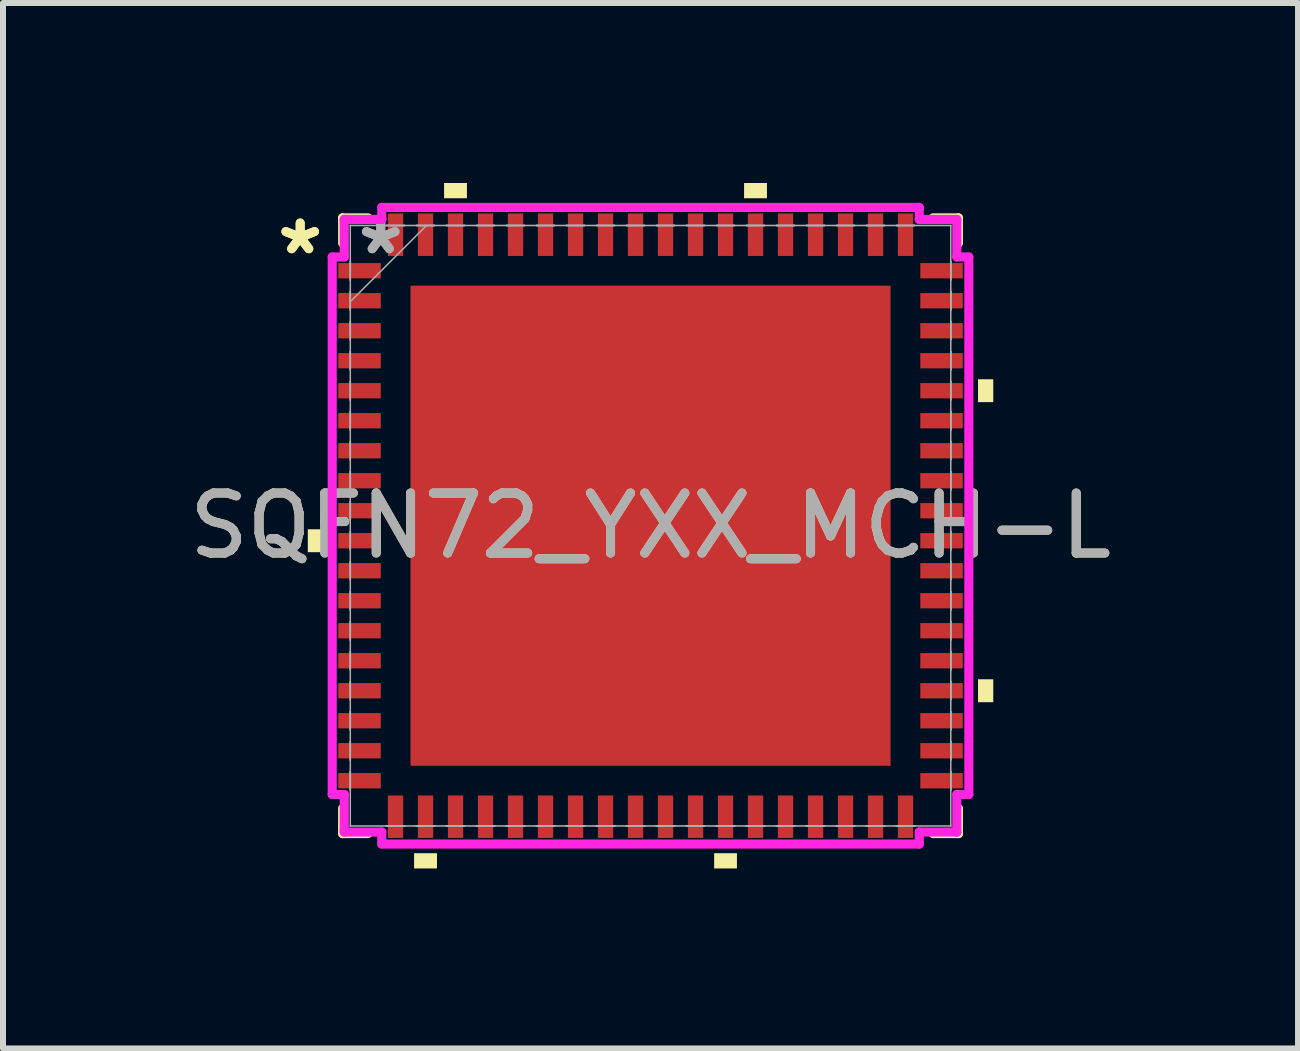
<source format=kicad_pcb>
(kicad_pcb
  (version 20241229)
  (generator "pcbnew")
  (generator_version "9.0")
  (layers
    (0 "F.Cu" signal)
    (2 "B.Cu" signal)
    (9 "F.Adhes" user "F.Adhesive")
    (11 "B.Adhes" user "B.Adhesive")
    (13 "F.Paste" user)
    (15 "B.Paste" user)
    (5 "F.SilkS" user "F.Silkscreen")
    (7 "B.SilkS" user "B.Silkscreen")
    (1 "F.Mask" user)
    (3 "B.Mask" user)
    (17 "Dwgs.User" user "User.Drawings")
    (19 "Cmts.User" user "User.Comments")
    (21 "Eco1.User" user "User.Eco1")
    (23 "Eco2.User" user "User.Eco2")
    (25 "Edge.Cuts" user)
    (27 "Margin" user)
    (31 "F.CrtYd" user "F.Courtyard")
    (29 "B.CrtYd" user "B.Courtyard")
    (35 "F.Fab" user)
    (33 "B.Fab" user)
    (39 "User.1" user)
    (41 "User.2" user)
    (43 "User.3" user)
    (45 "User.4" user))
  (footprint "SQFN72_YXX_MCH-L"
    (layer "F.Cu")
    (at 7.792 5.712)
    (property "Reference" "SQFN72_YXX_MCH-L" (at 0 0 0) (unlocked yes) (layer "F.SilkS") (effects (font (size 1 1) (thickness 0.15))))
    (attr smd)
    (fp_line (start -5.131 -5.131) (end -5.131 -4.71) (stroke (width 0.152) (type solid)) (layer "F.SilkS"))
    (fp_line (start -5.131 4.71) (end -5.131 5.131) (stroke (width 0.152) (type solid)) (layer "F.SilkS"))
    (fp_line (start -5.131 5.131) (end -4.71 5.131) (stroke (width 0.152) (type solid)) (layer "F.SilkS"))
    (fp_line (start -4.71 -5.131) (end -5.131 -5.131) (stroke (width 0.152) (type solid)) (layer "F.SilkS"))
    (fp_line (start 4.71 5.131) (end 5.131 5.131) (stroke (width 0.152) (type solid)) (layer "F.SilkS"))
    (fp_line (start 5.131 -5.131) (end 4.71 -5.131) (stroke (width 0.152) (type solid)) (layer "F.SilkS"))
    (fp_line (start 5.131 -4.71) (end 5.131 -5.131) (stroke (width 0.152) (type solid)) (layer "F.SilkS"))
    (fp_line (start 5.131 5.131) (end 5.131 4.71) (stroke (width 0.152) (type solid)) (layer "F.SilkS"))
    (fp_poly (pts (xy -5.712 0.059) (xy -5.712 0.441) (xy -5.458 0.441) (xy -5.458 0.059)) (stroke (width 0) (type solid)) (fill yes) (layer "F.SilkS"))
    (fp_poly (pts (xy -3.941 5.458) (xy -3.941 5.712) (xy -3.559 5.712) (xy -3.559 5.458)) (stroke (width 0) (type solid)) (fill yes) (layer "F.SilkS"))
    (fp_poly (pts (xy -3.441 -5.458) (xy -3.441 -5.712) (xy -3.06 -5.712) (xy -3.06 -5.458)) (stroke (width 0) (type solid)) (fill yes) (layer "F.SilkS"))
    (fp_poly (pts (xy 1.06 5.458) (xy 1.06 5.712) (xy 1.44 5.712) (xy 1.44 5.458)) (stroke (width 0) (type solid)) (fill yes) (layer "F.SilkS"))
    (fp_poly (pts (xy 1.559 -5.458) (xy 1.559 -5.712) (xy 1.94 -5.712) (xy 1.94 -5.458)) (stroke (width 0) (type solid)) (fill yes) (layer "F.SilkS"))
    (fp_poly (pts (xy 5.712 -2.441) (xy 5.712 -2.06) (xy 5.458 -2.06) (xy 5.458 -2.441)) (stroke (width 0) (type solid)) (fill yes) (layer "F.SilkS"))
    (fp_poly (pts (xy 5.712 2.559) (xy 5.712 2.941) (xy 5.458 2.941) (xy 5.458 2.559)) (stroke (width 0) (type solid)) (fill yes) (layer "F.SilkS"))
    (fp_poly (pts (xy -3.901 -3.901) (xy -3.901 -2.767) (xy -2.767 -2.767) (xy -2.767 -3.901)) (stroke (width 0) (type solid)) (fill yes) (layer "F.Paste"))
    (fp_poly (pts (xy -3.901 -2.567) (xy -3.901 -1.433) (xy -2.767 -1.433) (xy -2.767 -2.567)) (stroke (width 0) (type solid)) (fill yes) (layer "F.Paste"))
    (fp_poly (pts (xy -3.901 -1.234) (xy -3.901 -0.1) (xy -2.767 -0.1) (xy -2.767 -1.234)) (stroke (width 0) (type solid)) (fill yes) (layer "F.Paste"))
    (fp_poly (pts (xy -3.901 0.1) (xy -3.901 1.234) (xy -2.767 1.234) (xy -2.767 0.1)) (stroke (width 0) (type solid)) (fill yes) (layer "F.Paste"))
    (fp_poly (pts (xy -3.901 1.433) (xy -3.901 2.567) (xy -2.767 2.567) (xy -2.767 1.433)) (stroke (width 0) (type solid)) (fill yes) (layer "F.Paste"))
    (fp_poly (pts (xy -3.901 2.767) (xy -3.901 3.901) (xy -2.767 3.901) (xy -2.767 2.767)) (stroke (width 0) (type solid)) (fill yes) (layer "F.Paste"))
    (fp_poly (pts (xy -2.567 -3.901) (xy -2.567 -2.767) (xy -1.433 -2.767) (xy -1.433 -3.901)) (stroke (width 0) (type solid)) (fill yes) (layer "F.Paste"))
    (fp_poly (pts (xy -2.567 -2.567) (xy -2.567 -1.433) (xy -1.433 -1.433) (xy -1.433 -2.567)) (stroke (width 0) (type solid)) (fill yes) (layer "F.Paste"))
    (fp_poly (pts (xy -2.567 -1.234) (xy -2.567 -0.1) (xy -1.433 -0.1) (xy -1.433 -1.234)) (stroke (width 0) (type solid)) (fill yes) (layer "F.Paste"))
    (fp_poly (pts (xy -2.567 0.1) (xy -2.567 1.234) (xy -1.433 1.234) (xy -1.433 0.1)) (stroke (width 0) (type solid)) (fill yes) (layer "F.Paste"))
    (fp_poly (pts (xy -2.567 1.433) (xy -2.567 2.567) (xy -1.433 2.567) (xy -1.433 1.433)) (stroke (width 0) (type solid)) (fill yes) (layer "F.Paste"))
    (fp_poly (pts (xy -2.567 2.767) (xy -2.567 3.901) (xy -1.433 3.901) (xy -1.433 2.767)) (stroke (width 0) (type solid)) (fill yes) (layer "F.Paste"))
    (fp_poly (pts (xy -1.234 -3.901) (xy -1.234 -2.767) (xy -0.1 -2.767) (xy -0.1 -3.901)) (stroke (width 0) (type solid)) (fill yes) (layer "F.Paste"))
    (fp_poly (pts (xy -1.234 -2.567) (xy -1.234 -1.433) (xy -0.1 -1.433) (xy -0.1 -2.567)) (stroke (width 0) (type solid)) (fill yes) (layer "F.Paste"))
    (fp_poly (pts (xy -1.234 -1.234) (xy -1.234 -0.1) (xy -0.1 -0.1) (xy -0.1 -1.234)) (stroke (width 0) (type solid)) (fill yes) (layer "F.Paste"))
    (fp_poly (pts (xy -1.234 0.1) (xy -1.234 1.234) (xy -0.1 1.234) (xy -0.1 0.1)) (stroke (width 0) (type solid)) (fill yes) (layer "F.Paste"))
    (fp_poly (pts (xy -1.234 1.433) (xy -1.234 2.567) (xy -0.1 2.567) (xy -0.1 1.433)) (stroke (width 0) (type solid)) (fill yes) (layer "F.Paste"))
    (fp_poly (pts (xy -1.234 2.767) (xy -1.234 3.901) (xy -0.1 3.901) (xy -0.1 2.767)) (stroke (width 0) (type solid)) (fill yes) (layer "F.Paste"))
    (fp_poly (pts (xy 0.1 -3.901) (xy 0.1 -2.767) (xy 1.234 -2.767) (xy 1.234 -3.901)) (stroke (width 0) (type solid)) (fill yes) (layer "F.Paste"))
    (fp_poly (pts (xy 0.1 -2.567) (xy 0.1 -1.433) (xy 1.234 -1.433) (xy 1.234 -2.567)) (stroke (width 0) (type solid)) (fill yes) (layer "F.Paste"))
    (fp_poly (pts (xy 0.1 -1.234) (xy 0.1 -0.1) (xy 1.234 -0.1) (xy 1.234 -1.234)) (stroke (width 0) (type solid)) (fill yes) (layer "F.Paste"))
    (fp_poly (pts (xy 0.1 0.1) (xy 0.1 1.234) (xy 1.234 1.234) (xy 1.234 0.1)) (stroke (width 0) (type solid)) (fill yes) (layer "F.Paste"))
    (fp_poly (pts (xy 0.1 1.433) (xy 0.1 2.567) (xy 1.234 2.567) (xy 1.234 1.433)) (stroke (width 0) (type solid)) (fill yes) (layer "F.Paste"))
    (fp_poly (pts (xy 0.1 2.767) (xy 0.1 3.901) (xy 1.234 3.901) (xy 1.234 2.767)) (stroke (width 0) (type solid)) (fill yes) (layer "F.Paste"))
    (fp_poly (pts (xy 1.433 -3.901) (xy 1.433 -2.767) (xy 2.567 -2.767) (xy 2.567 -3.901)) (stroke (width 0) (type solid)) (fill yes) (layer "F.Paste"))
    (fp_poly (pts (xy 1.433 -2.567) (xy 1.433 -1.433) (xy 2.567 -1.433) (xy 2.567 -2.567)) (stroke (width 0) (type solid)) (fill yes) (layer "F.Paste"))
    (fp_poly (pts (xy 1.433 -1.234) (xy 1.433 -0.1) (xy 2.567 -0.1) (xy 2.567 -1.234)) (stroke (width 0) (type solid)) (fill yes) (layer "F.Paste"))
    (fp_poly (pts (xy 1.433 0.1) (xy 1.433 1.234) (xy 2.567 1.234) (xy 2.567 0.1)) (stroke (width 0) (type solid)) (fill yes) (layer "F.Paste"))
    (fp_poly (pts (xy 1.433 1.433) (xy 1.433 2.567) (xy 2.567 2.567) (xy 2.567 1.433)) (stroke (width 0) (type solid)) (fill yes) (layer "F.Paste"))
    (fp_poly (pts (xy 1.433 2.767) (xy 1.433 3.901) (xy 2.567 3.901) (xy 2.567 2.767)) (stroke (width 0) (type solid)) (fill yes) (layer "F.Paste"))
    (fp_poly (pts (xy 2.767 -3.901) (xy 2.767 -2.767) (xy 3.901 -2.767) (xy 3.901 -3.901)) (stroke (width 0) (type solid)) (fill yes) (layer "F.Paste"))
    (fp_poly (pts (xy 2.767 -2.567) (xy 2.767 -1.433) (xy 3.901 -1.433) (xy 3.901 -2.567)) (stroke (width 0) (type solid)) (fill yes) (layer "F.Paste"))
    (fp_poly (pts (xy 2.767 -1.234) (xy 2.767 -0.1) (xy 3.901 -0.1) (xy 3.901 -1.234)) (stroke (width 0) (type solid)) (fill yes) (layer "F.Paste"))
    (fp_poly (pts (xy 2.767 0.1) (xy 2.767 1.234) (xy 3.901 1.234) (xy 3.901 0.1)) (stroke (width 0) (type solid)) (fill yes) (layer "F.Paste"))
    (fp_poly (pts (xy 2.767 1.433) (xy 2.767 2.567) (xy 3.901 2.567) (xy 3.901 1.433)) (stroke (width 0) (type solid)) (fill yes) (layer "F.Paste"))
    (fp_poly (pts (xy 2.767 2.767) (xy 2.767 3.901) (xy 3.901 3.901) (xy 3.901 2.767)) (stroke (width 0) (type solid)) (fill yes) (layer "F.Paste"))
    (fp_line (start -5.305 -4.479) (end -5.105 -4.479) (stroke (width 0.152) (type solid)) (layer "F.CrtYd"))
    (fp_line (start -5.305 4.479) (end -5.305 -4.479) (stroke (width 0.152) (type solid)) (layer "F.CrtYd"))
    (fp_line (start -5.105 -5.105) (end -4.479 -5.105) (stroke (width 0.152) (type solid)) (layer "F.CrtYd"))
    (fp_line (start -5.105 -4.479) (end -5.105 -5.105) (stroke (width 0.152) (type solid)) (layer "F.CrtYd"))
    (fp_line (start -5.105 4.479) (end -5.305 4.479) (stroke (width 0.152) (type solid)) (layer "F.CrtYd"))
    (fp_line (start -5.105 5.105) (end -5.105 4.479) (stroke (width 0.152) (type solid)) (layer "F.CrtYd"))
    (fp_line (start -4.479 -5.305) (end 4.479 -5.305) (stroke (width 0.152) (type solid)) (layer "F.CrtYd"))
    (fp_line (start -4.479 -5.105) (end -4.479 -5.305) (stroke (width 0.152) (type solid)) (layer "F.CrtYd"))
    (fp_line (start -4.479 5.105) (end -5.105 5.105) (stroke (width 0.152) (type solid)) (layer "F.CrtYd"))
    (fp_line (start -4.479 5.305) (end -4.479 5.105) (stroke (width 0.152) (type solid)) (layer "F.CrtYd"))
    (fp_line (start 4.479 -5.305) (end 4.479 -5.105) (stroke (width 0.152) (type solid)) (layer "F.CrtYd"))
    (fp_line (start 4.479 -5.105) (end 5.105 -5.105) (stroke (width 0.152) (type solid)) (layer "F.CrtYd"))
    (fp_line (start 4.479 5.105) (end 4.479 5.305) (stroke (width 0.152) (type solid)) (layer "F.CrtYd"))
    (fp_line (start 4.479 5.305) (end -4.479 5.305) (stroke (width 0.152) (type solid)) (layer "F.CrtYd"))
    (fp_line (start 5.105 -5.105) (end 5.105 -4.479) (stroke (width 0.152) (type solid)) (layer "F.CrtYd"))
    (fp_line (start 5.105 -4.479) (end 5.305 -4.479) (stroke (width 0.152) (type solid)) (layer "F.CrtYd"))
    (fp_line (start 5.105 4.479) (end 5.105 5.105) (stroke (width 0.152) (type solid)) (layer "F.CrtYd"))
    (fp_line (start 5.105 5.105) (end 4.479 5.105) (stroke (width 0.152) (type solid)) (layer "F.CrtYd"))
    (fp_line (start 5.305 -4.479) (end 5.305 4.479) (stroke (width 0.152) (type solid)) (layer "F.CrtYd"))
    (fp_line (start 5.305 4.479) (end 5.105 4.479) (stroke (width 0.152) (type solid)) (layer "F.CrtYd"))
    (fp_line (start -5.004 -5.004) (end -5.004 -5.004) (stroke (width 0.025) (type solid)) (layer "F.Fab"))
    (fp_line (start -5.004 -5.004) (end -5.004 5.004) (stroke (width 0.025) (type solid)) (layer "F.Fab"))
    (fp_line (start -5.004 -4.402) (end -5.004 -4.402) (stroke (width 0.025) (type solid)) (layer "F.Fab"))
    (fp_line (start -5.004 -4.402) (end -5.004 -4.098) (stroke (width 0.025) (type solid)) (layer "F.Fab"))
    (fp_line (start -5.004 -4.098) (end -5.004 -4.402) (stroke (width 0.025) (type solid)) (layer "F.Fab"))
    (fp_line (start -5.004 -4.098) (end -5.004 -4.098) (stroke (width 0.025) (type solid)) (layer "F.Fab"))
    (fp_line (start -5.004 -3.902) (end -5.004 -3.902) (stroke (width 0.025) (type solid)) (layer "F.Fab"))
    (fp_line (start -5.004 -3.902) (end -5.004 -3.598) (stroke (width 0.025) (type solid)) (layer "F.Fab"))
    (fp_line (start -5.004 -3.734) (end -3.734 -5.004) (stroke (width 0.025) (type solid)) (layer "F.Fab"))
    (fp_line (start -5.004 -3.598) (end -5.004 -3.902) (stroke (width 0.025) (type solid)) (layer "F.Fab"))
    (fp_line (start -5.004 -3.598) (end -5.004 -3.598) (stroke (width 0.025) (type solid)) (layer "F.Fab"))
    (fp_line (start -5.004 -3.402) (end -5.004 -3.402) (stroke (width 0.025) (type solid)) (layer "F.Fab"))
    (fp_line (start -5.004 -3.402) (end -5.004 -3.098) (stroke (width 0.025) (type solid)) (layer "F.Fab"))
    (fp_line (start -5.004 -3.098) (end -5.004 -3.402) (stroke (width 0.025) (type solid)) (layer "F.Fab"))
    (fp_line (start -5.004 -3.098) (end -5.004 -3.098) (stroke (width 0.025) (type solid)) (layer "F.Fab"))
    (fp_line (start -5.004 -2.902) (end -5.004 -2.902) (stroke (width 0.025) (type solid)) (layer "F.Fab"))
    (fp_line (start -5.004 -2.902) (end -5.004 -2.598) (stroke (width 0.025) (type solid)) (layer "F.Fab"))
    (fp_line (start -5.004 -2.598) (end -5.004 -2.902) (stroke (width 0.025) (type solid)) (layer "F.Fab"))
    (fp_line (start -5.004 -2.598) (end -5.004 -2.598) (stroke (width 0.025) (type solid)) (layer "F.Fab"))
    (fp_line (start -5.004 -2.402) (end -5.004 -2.402) (stroke (width 0.025) (type solid)) (layer "F.Fab"))
    (fp_line (start -5.004 -2.402) (end -5.004 -2.098) (stroke (width 0.025) (type solid)) (layer "F.Fab"))
    (fp_line (start -5.004 -2.098) (end -5.004 -2.402) (stroke (width 0.025) (type solid)) (layer "F.Fab"))
    (fp_line (start -5.004 -2.098) (end -5.004 -2.098) (stroke (width 0.025) (type solid)) (layer "F.Fab"))
    (fp_line (start -5.004 -1.902) (end -5.004 -1.902) (stroke (width 0.025) (type solid)) (layer "F.Fab"))
    (fp_line (start -5.004 -1.902) (end -5.004 -1.598) (stroke (width 0.025) (type solid)) (layer "F.Fab"))
    (fp_line (start -5.004 -1.598) (end -5.004 -1.902) (stroke (width 0.025) (type solid)) (layer "F.Fab"))
    (fp_line (start -5.004 -1.598) (end -5.004 -1.598) (stroke (width 0.025) (type solid)) (layer "F.Fab"))
    (fp_line (start -5.004 -1.402) (end -5.004 -1.402) (stroke (width 0.025) (type solid)) (layer "F.Fab"))
    (fp_line (start -5.004 -1.402) (end -5.004 -1.098) (stroke (width 0.025) (type solid)) (layer "F.Fab"))
    (fp_line (start -5.004 -1.098) (end -5.004 -1.402) (stroke (width 0.025) (type solid)) (layer "F.Fab"))
    (fp_line (start -5.004 -1.098) (end -5.004 -1.098) (stroke (width 0.025) (type solid)) (layer "F.Fab"))
    (fp_line (start -5.004 -0.902) (end -5.004 -0.902) (stroke (width 0.025) (type solid)) (layer "F.Fab"))
    (fp_line (start -5.004 -0.902) (end -5.004 -0.598) (stroke (width 0.025) (type solid)) (layer "F.Fab"))
    (fp_line (start -5.004 -0.598) (end -5.004 -0.902) (stroke (width 0.025) (type solid)) (layer "F.Fab"))
    (fp_line (start -5.004 -0.598) (end -5.004 -0.598) (stroke (width 0.025) (type solid)) (layer "F.Fab"))
    (fp_line (start -5.004 -0.402) (end -5.004 -0.402) (stroke (width 0.025) (type solid)) (layer "F.Fab"))
    (fp_line (start -5.004 -0.402) (end -5.004 -0.098) (stroke (width 0.025) (type solid)) (layer "F.Fab"))
    (fp_line (start -5.004 -0.098) (end -5.004 -0.402) (stroke (width 0.025) (type solid)) (layer "F.Fab"))
    (fp_line (start -5.004 -0.098) (end -5.004 -0.098) (stroke (width 0.025) (type solid)) (layer "F.Fab"))
    (fp_line (start -5.004 0.098) (end -5.004 0.098) (stroke (width 0.025) (type solid)) (layer "F.Fab"))
    (fp_line (start -5.004 0.098) (end -5.004 0.402) (stroke (width 0.025) (type solid)) (layer "F.Fab"))
    (fp_line (start -5.004 0.402) (end -5.004 0.098) (stroke (width 0.025) (type solid)) (layer "F.Fab"))
    (fp_line (start -5.004 0.402) (end -5.004 0.402) (stroke (width 0.025) (type solid)) (layer "F.Fab"))
    (fp_line (start -5.004 0.598) (end -5.004 0.598) (stroke (width 0.025) (type solid)) (layer "F.Fab"))
    (fp_line (start -5.004 0.598) (end -5.004 0.902) (stroke (width 0.025) (type solid)) (layer "F.Fab"))
    (fp_line (start -5.004 0.902) (end -5.004 0.598) (stroke (width 0.025) (type solid)) (layer "F.Fab"))
    (fp_line (start -5.004 0.902) (end -5.004 0.902) (stroke (width 0.025) (type solid)) (layer "F.Fab"))
    (fp_line (start -5.004 1.098) (end -5.004 1.098) (stroke (width 0.025) (type solid)) (layer "F.Fab"))
    (fp_line (start -5.004 1.098) (end -5.004 1.402) (stroke (width 0.025) (type solid)) (layer "F.Fab"))
    (fp_line (start -5.004 1.402) (end -5.004 1.098) (stroke (width 0.025) (type solid)) (layer "F.Fab"))
    (fp_line (start -5.004 1.402) (end -5.004 1.402) (stroke (width 0.025) (type solid)) (layer "F.Fab"))
    (fp_line (start -5.004 1.598) (end -5.004 1.598) (stroke (width 0.025) (type solid)) (layer "F.Fab"))
    (fp_line (start -5.004 1.598) (end -5.004 1.902) (stroke (width 0.025) (type solid)) (layer "F.Fab"))
    (fp_line (start -5.004 1.902) (end -5.004 1.598) (stroke (width 0.025) (type solid)) (layer "F.Fab"))
    (fp_line (start -5.004 1.902) (end -5.004 1.902) (stroke (width 0.025) (type solid)) (layer "F.Fab"))
    (fp_line (start -5.004 2.098) (end -5.004 2.098) (stroke (width 0.025) (type solid)) (layer "F.Fab"))
    (fp_line (start -5.004 2.098) (end -5.004 2.402) (stroke (width 0.025) (type solid)) (layer "F.Fab"))
    (fp_line (start -5.004 2.402) (end -5.004 2.098) (stroke (width 0.025) (type solid)) (layer "F.Fab"))
    (fp_line (start -5.004 2.402) (end -5.004 2.402) (stroke (width 0.025) (type solid)) (layer "F.Fab"))
    (fp_line (start -5.004 2.598) (end -5.004 2.598) (stroke (width 0.025) (type solid)) (layer "F.Fab"))
    (fp_line (start -5.004 2.598) (end -5.004 2.902) (stroke (width 0.025) (type solid)) (layer "F.Fab"))
    (fp_line (start -5.004 2.902) (end -5.004 2.598) (stroke (width 0.025) (type solid)) (layer "F.Fab"))
    (fp_line (start -5.004 2.902) (end -5.004 2.902) (stroke (width 0.025) (type solid)) (layer "F.Fab"))
    (fp_line (start -5.004 3.098) (end -5.004 3.098) (stroke (width 0.025) (type solid)) (layer "F.Fab"))
    (fp_line (start -5.004 3.098) (end -5.004 3.402) (stroke (width 0.025) (type solid)) (layer "F.Fab"))
    (fp_line (start -5.004 3.402) (end -5.004 3.098) (stroke (width 0.025) (type solid)) (layer "F.Fab"))
    (fp_line (start -5.004 3.402) (end -5.004 3.402) (stroke (width 0.025) (type solid)) (layer "F.Fab"))
    (fp_line (start -5.004 3.598) (end -5.004 3.598) (stroke (width 0.025) (type solid)) (layer "F.Fab"))
    (fp_line (start -5.004 3.598) (end -5.004 3.902) (stroke (width 0.025) (type solid)) (layer "F.Fab"))
    (fp_line (start -5.004 3.902) (end -5.004 3.598) (stroke (width 0.025) (type solid)) (layer "F.Fab"))
    (fp_line (start -5.004 3.902) (end -5.004 3.902) (stroke (width 0.025) (type solid)) (layer "F.Fab"))
    (fp_line (start -5.004 4.098) (end -5.004 4.098) (stroke (width 0.025) (type solid)) (layer "F.Fab"))
    (fp_line (start -5.004 4.098) (end -5.004 4.402) (stroke (width 0.025) (type solid)) (layer "F.Fab"))
    (fp_line (start -5.004 4.402) (end -5.004 4.098) (stroke (width 0.025) (type solid)) (layer "F.Fab"))
    (fp_line (start -5.004 4.402) (end -5.004 4.402) (stroke (width 0.025) (type solid)) (layer "F.Fab"))
    (fp_line (start -5.004 5.004) (end -5.004 5.004) (stroke (width 0.025) (type solid)) (layer "F.Fab"))
    (fp_line (start -5.004 5.004) (end 5.004 5.004) (stroke (width 0.025) (type solid)) (layer "F.Fab"))
    (fp_line (start -4.402 -5.004) (end -4.402 -5.004) (stroke (width 0.025) (type solid)) (layer "F.Fab"))
    (fp_line (start -4.402 -5.004) (end -4.098 -5.004) (stroke (width 0.025) (type solid)) (layer "F.Fab"))
    (fp_line (start -4.402 5.004) (end -4.402 5.004) (stroke (width 0.025) (type solid)) (layer "F.Fab"))
    (fp_line (start -4.402 5.004) (end -4.098 5.004) (stroke (width 0.025) (type solid)) (layer "F.Fab"))
    (fp_line (start -4.098 -5.004) (end -4.402 -5.004) (stroke (width 0.025) (type solid)) (layer "F.Fab"))
    (fp_line (start -4.098 -5.004) (end -4.098 -5.004) (stroke (width 0.025) (type solid)) (layer "F.Fab"))
    (fp_line (start -4.098 5.004) (end -4.402 5.004) (stroke (width 0.025) (type solid)) (layer "F.Fab"))
    (fp_line (start -4.098 5.004) (end -4.098 5.004) (stroke (width 0.025) (type solid)) (layer "F.Fab"))
    (fp_line (start -3.902 -5.004) (end -3.902 -5.004) (stroke (width 0.025) (type solid)) (layer "F.Fab"))
    (fp_line (start -3.902 -5.004) (end -3.598 -5.004) (stroke (width 0.025) (type solid)) (layer "F.Fab"))
    (fp_line (start -3.902 5.004) (end -3.902 5.004) (stroke (width 0.025) (type solid)) (layer "F.Fab"))
    (fp_line (start -3.902 5.004) (end -3.598 5.004) (stroke (width 0.025) (type solid)) (layer "F.Fab"))
    (fp_line (start -3.598 -5.004) (end -3.902 -5.004) (stroke (width 0.025) (type solid)) (layer "F.Fab"))
    (fp_line (start -3.598 -5.004) (end -3.598 -5.004) (stroke (width 0.025) (type solid)) (layer "F.Fab"))
    (fp_line (start -3.598 5.004) (end -3.902 5.004) (stroke (width 0.025) (type solid)) (layer "F.Fab"))
    (fp_line (start -3.598 5.004) (end -3.598 5.004) (stroke (width 0.025) (type solid)) (layer "F.Fab"))
    (fp_line (start -3.402 -5.004) (end -3.402 -5.004) (stroke (width 0.025) (type solid)) (layer "F.Fab"))
    (fp_line (start -3.402 -5.004) (end -3.098 -5.004) (stroke (width 0.025) (type solid)) (layer "F.Fab"))
    (fp_line (start -3.402 5.004) (end -3.402 5.004) (stroke (width 0.025) (type solid)) (layer "F.Fab"))
    (fp_line (start -3.402 5.004) (end -3.098 5.004) (stroke (width 0.025) (type solid)) (layer "F.Fab"))
    (fp_line (start -3.098 -5.004) (end -3.402 -5.004) (stroke (width 0.025) (type solid)) (layer "F.Fab"))
    (fp_line (start -3.098 -5.004) (end -3.098 -5.004) (stroke (width 0.025) (type solid)) (layer "F.Fab"))
    (fp_line (start -3.098 5.004) (end -3.402 5.004) (stroke (width 0.025) (type solid)) (layer "F.Fab"))
    (fp_line (start -3.098 5.004) (end -3.098 5.004) (stroke (width 0.025) (type solid)) (layer "F.Fab"))
    (fp_line (start -2.902 -5.004) (end -2.902 -5.004) (stroke (width 0.025) (type solid)) (layer "F.Fab"))
    (fp_line (start -2.902 -5.004) (end -2.598 -5.004) (stroke (width 0.025) (type solid)) (layer "F.Fab"))
    (fp_line (start -2.902 5.004) (end -2.902 5.004) (stroke (width 0.025) (type solid)) (layer "F.Fab"))
    (fp_line (start -2.902 5.004) (end -2.598 5.004) (stroke (width 0.025) (type solid)) (layer "F.Fab"))
    (fp_line (start -2.598 -5.004) (end -2.902 -5.004) (stroke (width 0.025) (type solid)) (layer "F.Fab"))
    (fp_line (start -2.598 -5.004) (end -2.598 -5.004) (stroke (width 0.025) (type solid)) (layer "F.Fab"))
    (fp_line (start -2.598 5.004) (end -2.902 5.004) (stroke (width 0.025) (type solid)) (layer "F.Fab"))
    (fp_line (start -2.598 5.004) (end -2.598 5.004) (stroke (width 0.025) (type solid)) (layer "F.Fab"))
    (fp_line (start -2.402 -5.004) (end -2.402 -5.004) (stroke (width 0.025) (type solid)) (layer "F.Fab"))
    (fp_line (start -2.402 -5.004) (end -2.098 -5.004) (stroke (width 0.025) (type solid)) (layer "F.Fab"))
    (fp_line (start -2.402 5.004) (end -2.402 5.004) (stroke (width 0.025) (type solid)) (layer "F.Fab"))
    (fp_line (start -2.402 5.004) (end -2.098 5.004) (stroke (width 0.025) (type solid)) (layer "F.Fab"))
    (fp_line (start -2.098 -5.004) (end -2.402 -5.004) (stroke (width 0.025) (type solid)) (layer "F.Fab"))
    (fp_line (start -2.098 -5.004) (end -2.098 -5.004) (stroke (width 0.025) (type solid)) (layer "F.Fab"))
    (fp_line (start -2.098 5.004) (end -2.402 5.004) (stroke (width 0.025) (type solid)) (layer "F.Fab"))
    (fp_line (start -2.098 5.004) (end -2.098 5.004) (stroke (width 0.025) (type solid)) (layer "F.Fab"))
    (fp_line (start -1.902 -5.004) (end -1.902 -5.004) (stroke (width 0.025) (type solid)) (layer "F.Fab"))
    (fp_line (start -1.902 -5.004) (end -1.598 -5.004) (stroke (width 0.025) (type solid)) (layer "F.Fab"))
    (fp_line (start -1.902 5.004) (end -1.902 5.004) (stroke (width 0.025) (type solid)) (layer "F.Fab"))
    (fp_line (start -1.902 5.004) (end -1.598 5.004) (stroke (width 0.025) (type solid)) (layer "F.Fab"))
    (fp_line (start -1.598 -5.004) (end -1.902 -5.004) (stroke (width 0.025) (type solid)) (layer "F.Fab"))
    (fp_line (start -1.598 -5.004) (end -1.598 -5.004) (stroke (width 0.025) (type solid)) (layer "F.Fab"))
    (fp_line (start -1.598 5.004) (end -1.902 5.004) (stroke (width 0.025) (type solid)) (layer "F.Fab"))
    (fp_line (start -1.598 5.004) (end -1.598 5.004) (stroke (width 0.025) (type solid)) (layer "F.Fab"))
    (fp_line (start -1.402 -5.004) (end -1.402 -5.004) (stroke (width 0.025) (type solid)) (layer "F.Fab"))
    (fp_line (start -1.402 -5.004) (end -1.098 -5.004) (stroke (width 0.025) (type solid)) (layer "F.Fab"))
    (fp_line (start -1.402 5.004) (end -1.402 5.004) (stroke (width 0.025) (type solid)) (layer "F.Fab"))
    (fp_line (start -1.402 5.004) (end -1.098 5.004) (stroke (width 0.025) (type solid)) (layer "F.Fab"))
    (fp_line (start -1.098 -5.004) (end -1.402 -5.004) (stroke (width 0.025) (type solid)) (layer "F.Fab"))
    (fp_line (start -1.098 -5.004) (end -1.098 -5.004) (stroke (width 0.025) (type solid)) (layer "F.Fab"))
    (fp_line (start -1.098 5.004) (end -1.402 5.004) (stroke (width 0.025) (type solid)) (layer "F.Fab"))
    (fp_line (start -1.098 5.004) (end -1.098 5.004) (stroke (width 0.025) (type solid)) (layer "F.Fab"))
    (fp_line (start -0.902 -5.004) (end -0.902 -5.004) (stroke (width 0.025) (type solid)) (layer "F.Fab"))
    (fp_line (start -0.902 -5.004) (end -0.598 -5.004) (stroke (width 0.025) (type solid)) (layer "F.Fab"))
    (fp_line (start -0.902 5.004) (end -0.902 5.004) (stroke (width 0.025) (type solid)) (layer "F.Fab"))
    (fp_line (start -0.902 5.004) (end -0.598 5.004) (stroke (width 0.025) (type solid)) (layer "F.Fab"))
    (fp_line (start -0.598 -5.004) (end -0.902 -5.004) (stroke (width 0.025) (type solid)) (layer "F.Fab"))
    (fp_line (start -0.598 -5.004) (end -0.598 -5.004) (stroke (width 0.025) (type solid)) (layer "F.Fab"))
    (fp_line (start -0.598 5.004) (end -0.902 5.004) (stroke (width 0.025) (type solid)) (layer "F.Fab"))
    (fp_line (start -0.598 5.004) (end -0.598 5.004) (stroke (width 0.025) (type solid)) (layer "F.Fab"))
    (fp_line (start -0.402 -5.004) (end -0.402 -5.004) (stroke (width 0.025) (type solid)) (layer "F.Fab"))
    (fp_line (start -0.402 -5.004) (end -0.098 -5.004) (stroke (width 0.025) (type solid)) (layer "F.Fab"))
    (fp_line (start -0.402 5.004) (end -0.402 5.004) (stroke (width 0.025) (type solid)) (layer "F.Fab"))
    (fp_line (start -0.402 5.004) (end -0.098 5.004) (stroke (width 0.025) (type solid)) (layer "F.Fab"))
    (fp_line (start -0.098 -5.004) (end -0.402 -5.004) (stroke (width 0.025) (type solid)) (layer "F.Fab"))
    (fp_line (start -0.098 -5.004) (end -0.098 -5.004) (stroke (width 0.025) (type solid)) (layer "F.Fab"))
    (fp_line (start -0.098 5.004) (end -0.402 5.004) (stroke (width 0.025) (type solid)) (layer "F.Fab"))
    (fp_line (start -0.098 5.004) (end -0.098 5.004) (stroke (width 0.025) (type solid)) (layer "F.Fab"))
    (fp_line (start 0.098 -5.004) (end 0.098 -5.004) (stroke (width 0.025) (type solid)) (layer "F.Fab"))
    (fp_line (start 0.098 -5.004) (end 0.402 -5.004) (stroke (width 0.025) (type solid)) (layer "F.Fab"))
    (fp_line (start 0.098 5.004) (end 0.098 5.004) (stroke (width 0.025) (type solid)) (layer "F.Fab"))
    (fp_line (start 0.098 5.004) (end 0.402 5.004) (stroke (width 0.025) (type solid)) (layer "F.Fab"))
    (fp_line (start 0.402 -5.004) (end 0.098 -5.004) (stroke (width 0.025) (type solid)) (layer "F.Fab"))
    (fp_line (start 0.402 -5.004) (end 0.402 -5.004) (stroke (width 0.025) (type solid)) (layer "F.Fab"))
    (fp_line (start 0.402 5.004) (end 0.098 5.004) (stroke (width 0.025) (type solid)) (layer "F.Fab"))
    (fp_line (start 0.402 5.004) (end 0.402 5.004) (stroke (width 0.025) (type solid)) (layer "F.Fab"))
    (fp_line (start 0.598 -5.004) (end 0.598 -5.004) (stroke (width 0.025) (type solid)) (layer "F.Fab"))
    (fp_line (start 0.598 -5.004) (end 0.902 -5.004) (stroke (width 0.025) (type solid)) (layer "F.Fab"))
    (fp_line (start 0.598 5.004) (end 0.598 5.004) (stroke (width 0.025) (type solid)) (layer "F.Fab"))
    (fp_line (start 0.598 5.004) (end 0.902 5.004) (stroke (width 0.025) (type solid)) (layer "F.Fab"))
    (fp_line (start 0.902 -5.004) (end 0.598 -5.004) (stroke (width 0.025) (type solid)) (layer "F.Fab"))
    (fp_line (start 0.902 -5.004) (end 0.902 -5.004) (stroke (width 0.025) (type solid)) (layer "F.Fab"))
    (fp_line (start 0.902 5.004) (end 0.598 5.004) (stroke (width 0.025) (type solid)) (layer "F.Fab"))
    (fp_line (start 0.902 5.004) (end 0.902 5.004) (stroke (width 0.025) (type solid)) (layer "F.Fab"))
    (fp_line (start 1.098 -5.004) (end 1.098 -5.004) (stroke (width 0.025) (type solid)) (layer "F.Fab"))
    (fp_line (start 1.098 -5.004) (end 1.402 -5.004) (stroke (width 0.025) (type solid)) (layer "F.Fab"))
    (fp_line (start 1.098 5.004) (end 1.098 5.004) (stroke (width 0.025) (type solid)) (layer "F.Fab"))
    (fp_line (start 1.098 5.004) (end 1.402 5.004) (stroke (width 0.025) (type solid)) (layer "F.Fab"))
    (fp_line (start 1.402 -5.004) (end 1.098 -5.004) (stroke (width 0.025) (type solid)) (layer "F.Fab"))
    (fp_line (start 1.402 -5.004) (end 1.402 -5.004) (stroke (width 0.025) (type solid)) (layer "F.Fab"))
    (fp_line (start 1.402 5.004) (end 1.098 5.004) (stroke (width 0.025) (type solid)) (layer "F.Fab"))
    (fp_line (start 1.402 5.004) (end 1.402 5.004) (stroke (width 0.025) (type solid)) (layer "F.Fab"))
    (fp_line (start 1.598 -5.004) (end 1.598 -5.004) (stroke (width 0.025) (type solid)) (layer "F.Fab"))
    (fp_line (start 1.598 -5.004) (end 1.902 -5.004) (stroke (width 0.025) (type solid)) (layer "F.Fab"))
    (fp_line (start 1.598 5.004) (end 1.598 5.004) (stroke (width 0.025) (type solid)) (layer "F.Fab"))
    (fp_line (start 1.598 5.004) (end 1.902 5.004) (stroke (width 0.025) (type solid)) (layer "F.Fab"))
    (fp_line (start 1.902 -5.004) (end 1.598 -5.004) (stroke (width 0.025) (type solid)) (layer "F.Fab"))
    (fp_line (start 1.902 -5.004) (end 1.902 -5.004) (stroke (width 0.025) (type solid)) (layer "F.Fab"))
    (fp_line (start 1.902 5.004) (end 1.598 5.004) (stroke (width 0.025) (type solid)) (layer "F.Fab"))
    (fp_line (start 1.902 5.004) (end 1.902 5.004) (stroke (width 0.025) (type solid)) (layer "F.Fab"))
    (fp_line (start 2.098 -5.004) (end 2.098 -5.004) (stroke (width 0.025) (type solid)) (layer "F.Fab"))
    (fp_line (start 2.098 -5.004) (end 2.402 -5.004) (stroke (width 0.025) (type solid)) (layer "F.Fab"))
    (fp_line (start 2.098 5.004) (end 2.098 5.004) (stroke (width 0.025) (type solid)) (layer "F.Fab"))
    (fp_line (start 2.098 5.004) (end 2.402 5.004) (stroke (width 0.025) (type solid)) (layer "F.Fab"))
    (fp_line (start 2.402 -5.004) (end 2.098 -5.004) (stroke (width 0.025) (type solid)) (layer "F.Fab"))
    (fp_line (start 2.402 -5.004) (end 2.402 -5.004) (stroke (width 0.025) (type solid)) (layer "F.Fab"))
    (fp_line (start 2.402 5.004) (end 2.098 5.004) (stroke (width 0.025) (type solid)) (layer "F.Fab"))
    (fp_line (start 2.402 5.004) (end 2.402 5.004) (stroke (width 0.025) (type solid)) (layer "F.Fab"))
    (fp_line (start 2.598 -5.004) (end 2.598 -5.004) (stroke (width 0.025) (type solid)) (layer "F.Fab"))
    (fp_line (start 2.598 -5.004) (end 2.902 -5.004) (stroke (width 0.025) (type solid)) (layer "F.Fab"))
    (fp_line (start 2.598 5.004) (end 2.598 5.004) (stroke (width 0.025) (type solid)) (layer "F.Fab"))
    (fp_line (start 2.598 5.004) (end 2.902 5.004) (stroke (width 0.025) (type solid)) (layer "F.Fab"))
    (fp_line (start 2.902 -5.004) (end 2.598 -5.004) (stroke (width 0.025) (type solid)) (layer "F.Fab"))
    (fp_line (start 2.902 -5.004) (end 2.902 -5.004) (stroke (width 0.025) (type solid)) (layer "F.Fab"))
    (fp_line (start 2.902 5.004) (end 2.598 5.004) (stroke (width 0.025) (type solid)) (layer "F.Fab"))
    (fp_line (start 2.902 5.004) (end 2.902 5.004) (stroke (width 0.025) (type solid)) (layer "F.Fab"))
    (fp_line (start 3.098 -5.004) (end 3.098 -5.004) (stroke (width 0.025) (type solid)) (layer "F.Fab"))
    (fp_line (start 3.098 -5.004) (end 3.402 -5.004) (stroke (width 0.025) (type solid)) (layer "F.Fab"))
    (fp_line (start 3.098 5.004) (end 3.098 5.004) (stroke (width 0.025) (type solid)) (layer "F.Fab"))
    (fp_line (start 3.098 5.004) (end 3.402 5.004) (stroke (width 0.025) (type solid)) (layer "F.Fab"))
    (fp_line (start 3.402 -5.004) (end 3.098 -5.004) (stroke (width 0.025) (type solid)) (layer "F.Fab"))
    (fp_line (start 3.402 -5.004) (end 3.402 -5.004) (stroke (width 0.025) (type solid)) (layer "F.Fab"))
    (fp_line (start 3.402 5.004) (end 3.098 5.004) (stroke (width 0.025) (type solid)) (layer "F.Fab"))
    (fp_line (start 3.402 5.004) (end 3.402 5.004) (stroke (width 0.025) (type solid)) (layer "F.Fab"))
    (fp_line (start 3.598 -5.004) (end 3.598 -5.004) (stroke (width 0.025) (type solid)) (layer "F.Fab"))
    (fp_line (start 3.598 -5.004) (end 3.902 -5.004) (stroke (width 0.025) (type solid)) (layer "F.Fab"))
    (fp_line (start 3.598 5.004) (end 3.598 5.004) (stroke (width 0.025) (type solid)) (layer "F.Fab"))
    (fp_line (start 3.598 5.004) (end 3.902 5.004) (stroke (width 0.025) (type solid)) (layer "F.Fab"))
    (fp_line (start 3.902 -5.004) (end 3.598 -5.004) (stroke (width 0.025) (type solid)) (layer "F.Fab"))
    (fp_line (start 3.902 -5.004) (end 3.902 -5.004) (stroke (width 0.025) (type solid)) (layer "F.Fab"))
    (fp_line (start 3.902 5.004) (end 3.598 5.004) (stroke (width 0.025) (type solid)) (layer "F.Fab"))
    (fp_line (start 3.902 5.004) (end 3.902 5.004) (stroke (width 0.025) (type solid)) (layer "F.Fab"))
    (fp_line (start 4.098 -5.004) (end 4.098 -5.004) (stroke (width 0.025) (type solid)) (layer "F.Fab"))
    (fp_line (start 4.098 -5.004) (end 4.402 -5.004) (stroke (width 0.025) (type solid)) (layer "F.Fab"))
    (fp_line (start 4.098 5.004) (end 4.098 5.004) (stroke (width 0.025) (type solid)) (layer "F.Fab"))
    (fp_line (start 4.098 5.004) (end 4.402 5.004) (stroke (width 0.025) (type solid)) (layer "F.Fab"))
    (fp_line (start 4.402 -5.004) (end 4.098 -5.004) (stroke (width 0.025) (type solid)) (layer "F.Fab"))
    (fp_line (start 4.402 -5.004) (end 4.402 -5.004) (stroke (width 0.025) (type solid)) (layer "F.Fab"))
    (fp_line (start 4.402 5.004) (end 4.098 5.004) (stroke (width 0.025) (type solid)) (layer "F.Fab"))
    (fp_line (start 4.402 5.004) (end 4.402 5.004) (stroke (width 0.025) (type solid)) (layer "F.Fab"))
    (fp_line (start 5.004 -5.004) (end -5.004 -5.004) (stroke (width 0.025) (type solid)) (layer "F.Fab"))
    (fp_line (start 5.004 -5.004) (end 5.004 -5.004) (stroke (width 0.025) (type solid)) (layer "F.Fab"))
    (fp_line (start 5.004 -4.402) (end 5.004 -4.402) (stroke (width 0.025) (type solid)) (layer "F.Fab"))
    (fp_line (start 5.004 -4.402) (end 5.004 -4.098) (stroke (width 0.025) (type solid)) (layer "F.Fab"))
    (fp_line (start 5.004 -4.098) (end 5.004 -4.402) (stroke (width 0.025) (type solid)) (layer "F.Fab"))
    (fp_line (start 5.004 -4.098) (end 5.004 -4.098) (stroke (width 0.025) (type solid)) (layer "F.Fab"))
    (fp_line (start 5.004 -3.902) (end 5.004 -3.902) (stroke (width 0.025) (type solid)) (layer "F.Fab"))
    (fp_line (start 5.004 -3.902) (end 5.004 -3.598) (stroke (width 0.025) (type solid)) (layer "F.Fab"))
    (fp_line (start 5.004 -3.598) (end 5.004 -3.902) (stroke (width 0.025) (type solid)) (layer "F.Fab"))
    (fp_line (start 5.004 -3.598) (end 5.004 -3.598) (stroke (width 0.025) (type solid)) (layer "F.Fab"))
    (fp_line (start 5.004 -3.402) (end 5.004 -3.402) (stroke (width 0.025) (type solid)) (layer "F.Fab"))
    (fp_line (start 5.004 -3.402) (end 5.004 -3.098) (stroke (width 0.025) (type solid)) (layer "F.Fab"))
    (fp_line (start 5.004 -3.098) (end 5.004 -3.402) (stroke (width 0.025) (type solid)) (layer "F.Fab"))
    (fp_line (start 5.004 -3.098) (end 5.004 -3.098) (stroke (width 0.025) (type solid)) (layer "F.Fab"))
    (fp_line (start 5.004 -2.902) (end 5.004 -2.902) (stroke (width 0.025) (type solid)) (layer "F.Fab"))
    (fp_line (start 5.004 -2.902) (end 5.004 -2.598) (stroke (width 0.025) (type solid)) (layer "F.Fab"))
    (fp_line (start 5.004 -2.598) (end 5.004 -2.902) (stroke (width 0.025) (type solid)) (layer "F.Fab"))
    (fp_line (start 5.004 -2.598) (end 5.004 -2.598) (stroke (width 0.025) (type solid)) (layer "F.Fab"))
    (fp_line (start 5.004 -2.402) (end 5.004 -2.402) (stroke (width 0.025) (type solid)) (layer "F.Fab"))
    (fp_line (start 5.004 -2.402) (end 5.004 -2.098) (stroke (width 0.025) (type solid)) (layer "F.Fab"))
    (fp_line (start 5.004 -2.098) (end 5.004 -2.402) (stroke (width 0.025) (type solid)) (layer "F.Fab"))
    (fp_line (start 5.004 -2.098) (end 5.004 -2.098) (stroke (width 0.025) (type solid)) (layer "F.Fab"))
    (fp_line (start 5.004 -1.902) (end 5.004 -1.902) (stroke (width 0.025) (type solid)) (layer "F.Fab"))
    (fp_line (start 5.004 -1.902) (end 5.004 -1.598) (stroke (width 0.025) (type solid)) (layer "F.Fab"))
    (fp_line (start 5.004 -1.598) (end 5.004 -1.902) (stroke (width 0.025) (type solid)) (layer "F.Fab"))
    (fp_line (start 5.004 -1.598) (end 5.004 -1.598) (stroke (width 0.025) (type solid)) (layer "F.Fab"))
    (fp_line (start 5.004 -1.402) (end 5.004 -1.402) (stroke (width 0.025) (type solid)) (layer "F.Fab"))
    (fp_line (start 5.004 -1.402) (end 5.004 -1.098) (stroke (width 0.025) (type solid)) (layer "F.Fab"))
    (fp_line (start 5.004 -1.098) (end 5.004 -1.402) (stroke (width 0.025) (type solid)) (layer "F.Fab"))
    (fp_line (start 5.004 -1.098) (end 5.004 -1.098) (stroke (width 0.025) (type solid)) (layer "F.Fab"))
    (fp_line (start 5.004 -0.902) (end 5.004 -0.902) (stroke (width 0.025) (type solid)) (layer "F.Fab"))
    (fp_line (start 5.004 -0.902) (end 5.004 -0.598) (stroke (width 0.025) (type solid)) (layer "F.Fab"))
    (fp_line (start 5.004 -0.598) (end 5.004 -0.902) (stroke (width 0.025) (type solid)) (layer "F.Fab"))
    (fp_line (start 5.004 -0.598) (end 5.004 -0.598) (stroke (width 0.025) (type solid)) (layer "F.Fab"))
    (fp_line (start 5.004 -0.402) (end 5.004 -0.402) (stroke (width 0.025) (type solid)) (layer "F.Fab"))
    (fp_line (start 5.004 -0.402) (end 5.004 -0.098) (stroke (width 0.025) (type solid)) (layer "F.Fab"))
    (fp_line (start 5.004 -0.098) (end 5.004 -0.402) (stroke (width 0.025) (type solid)) (layer "F.Fab"))
    (fp_line (start 5.004 -0.098) (end 5.004 -0.098) (stroke (width 0.025) (type solid)) (layer "F.Fab"))
    (fp_line (start 5.004 0.098) (end 5.004 0.098) (stroke (width 0.025) (type solid)) (layer "F.Fab"))
    (fp_line (start 5.004 0.098) (end 5.004 0.402) (stroke (width 0.025) (type solid)) (layer "F.Fab"))
    (fp_line (start 5.004 0.402) (end 5.004 0.098) (stroke (width 0.025) (type solid)) (layer "F.Fab"))
    (fp_line (start 5.004 0.402) (end 5.004 0.402) (stroke (width 0.025) (type solid)) (layer "F.Fab"))
    (fp_line (start 5.004 0.598) (end 5.004 0.598) (stroke (width 0.025) (type solid)) (layer "F.Fab"))
    (fp_line (start 5.004 0.598) (end 5.004 0.902) (stroke (width 0.025) (type solid)) (layer "F.Fab"))
    (fp_line (start 5.004 0.902) (end 5.004 0.598) (stroke (width 0.025) (type solid)) (layer "F.Fab"))
    (fp_line (start 5.004 0.902) (end 5.004 0.902) (stroke (width 0.025) (type solid)) (layer "F.Fab"))
    (fp_line (start 5.004 1.098) (end 5.004 1.098) (stroke (width 0.025) (type solid)) (layer "F.Fab"))
    (fp_line (start 5.004 1.098) (end 5.004 1.402) (stroke (width 0.025) (type solid)) (layer "F.Fab"))
    (fp_line (start 5.004 1.402) (end 5.004 1.098) (stroke (width 0.025) (type solid)) (layer "F.Fab"))
    (fp_line (start 5.004 1.402) (end 5.004 1.402) (stroke (width 0.025) (type solid)) (layer "F.Fab"))
    (fp_line (start 5.004 1.598) (end 5.004 1.598) (stroke (width 0.025) (type solid)) (layer "F.Fab"))
    (fp_line (start 5.004 1.598) (end 5.004 1.902) (stroke (width 0.025) (type solid)) (layer "F.Fab"))
    (fp_line (start 5.004 1.902) (end 5.004 1.598) (stroke (width 0.025) (type solid)) (layer "F.Fab"))
    (fp_line (start 5.004 1.902) (end 5.004 1.902) (stroke (width 0.025) (type solid)) (layer "F.Fab"))
    (fp_line (start 5.004 2.098) (end 5.004 2.098) (stroke (width 0.025) (type solid)) (layer "F.Fab"))
    (fp_line (start 5.004 2.098) (end 5.004 2.402) (stroke (width 0.025) (type solid)) (layer "F.Fab"))
    (fp_line (start 5.004 2.402) (end 5.004 2.098) (stroke (width 0.025) (type solid)) (layer "F.Fab"))
    (fp_line (start 5.004 2.402) (end 5.004 2.402) (stroke (width 0.025) (type solid)) (layer "F.Fab"))
    (fp_line (start 5.004 2.598) (end 5.004 2.598) (stroke (width 0.025) (type solid)) (layer "F.Fab"))
    (fp_line (start 5.004 2.598) (end 5.004 2.902) (stroke (width 0.025) (type solid)) (layer "F.Fab"))
    (fp_line (start 5.004 2.902) (end 5.004 2.598) (stroke (width 0.025) (type solid)) (layer "F.Fab"))
    (fp_line (start 5.004 2.902) (end 5.004 2.902) (stroke (width 0.025) (type solid)) (layer "F.Fab"))
    (fp_line (start 5.004 3.098) (end 5.004 3.098) (stroke (width 0.025) (type solid)) (layer "F.Fab"))
    (fp_line (start 5.004 3.098) (end 5.004 3.402) (stroke (width 0.025) (type solid)) (layer "F.Fab"))
    (fp_line (start 5.004 3.402) (end 5.004 3.098) (stroke (width 0.025) (type solid)) (layer "F.Fab"))
    (fp_line (start 5.004 3.402) (end 5.004 3.402) (stroke (width 0.025) (type solid)) (layer "F.Fab"))
    (fp_line (start 5.004 3.598) (end 5.004 3.598) (stroke (width 0.025) (type solid)) (layer "F.Fab"))
    (fp_line (start 5.004 3.598) (end 5.004 3.902) (stroke (width 0.025) (type solid)) (layer "F.Fab"))
    (fp_line (start 5.004 3.902) (end 5.004 3.598) (stroke (width 0.025) (type solid)) (layer "F.Fab"))
    (fp_line (start 5.004 3.902) (end 5.004 3.902) (stroke (width 0.025) (type solid)) (layer "F.Fab"))
    (fp_line (start 5.004 4.098) (end 5.004 4.098) (stroke (width 0.025) (type solid)) (layer "F.Fab"))
    (fp_line (start 5.004 4.098) (end 5.004 4.402) (stroke (width 0.025) (type solid)) (layer "F.Fab"))
    (fp_line (start 5.004 4.402) (end 5.004 4.098) (stroke (width 0.025) (type solid)) (layer "F.Fab"))
    (fp_line (start 5.004 4.402) (end 5.004 4.402) (stroke (width 0.025) (type solid)) (layer "F.Fab"))
    (fp_line (start 5.004 5.004) (end 5.004 -5.004) (stroke (width 0.025) (type solid)) (layer "F.Fab"))
    (fp_line (start 5.004 5.004) (end 5.004 5.004) (stroke (width 0.025) (type solid)) (layer "F.Fab"))
    (fp_text user "*" (at -5.839 -4.5 0) (layer "F.SilkS") (effects (font (size 1 1) (thickness 0.15))))
    (fp_text user "*" (at -5.839 -4.5 0) (unlocked yes) (layer "F.SilkS") (effects (font (size 1 1) (thickness 0.15))))
    (fp_text user "${REFERENCE}" (at 0 0 0) (unlocked yes) (layer "F.Fab") (effects (font (size 1 1) (thickness 0.15))))
    (fp_text user "*" (at -4.496 -4.5 0) (unlocked yes) (layer "F.Fab") (effects (font (size 1 1) (thickness 0.15))))
    (fp_text user "*" (at -4.496 -4.5 0) (layer "F.Fab") (effects (font (size 1 1) (thickness 0.15))))
    (pad "1" smd rect (at -4.85 -4.25 90) (size 0.255 0.708) (layers "F.Cu" "F.Mask" "F.Paste"))
    (pad "2" smd rect (at -4.85 -3.75 90) (size 0.255 0.708) (layers "F.Cu" "F.Mask" "F.Paste"))
    (pad "3" smd rect (at -4.85 -3.25 90) (size 0.255 0.708) (layers "F.Cu" "F.Mask" "F.Paste"))
    (pad "4" smd rect (at -4.85 -2.75 90) (size 0.255 0.708) (layers "F.Cu" "F.Mask" "F.Paste"))
    (pad "5" smd rect (at -4.85 -2.25 90) (size 0.255 0.708) (layers "F.Cu" "F.Mask" "F.Paste"))
    (pad "6" smd rect (at -4.85 -1.75 90) (size 0.255 0.708) (layers "F.Cu" "F.Mask" "F.Paste"))
    (pad "7" smd rect (at -4.85 -1.25 90) (size 0.255 0.708) (layers "F.Cu" "F.Mask" "F.Paste"))
    (pad "8" smd rect (at -4.85 -0.75 90) (size 0.255 0.708) (layers "F.Cu" "F.Mask" "F.Paste"))
    (pad "9" smd rect (at -4.85 -0.25 90) (size 0.255 0.708) (layers "F.Cu" "F.Mask" "F.Paste"))
    (pad "10" smd rect (at -4.85 0.25 90) (size 0.255 0.708) (layers "F.Cu" "F.Mask" "F.Paste"))
    (pad "11" smd rect (at -4.85 0.75 90) (size 0.255 0.708) (layers "F.Cu" "F.Mask" "F.Paste"))
    (pad "12" smd rect (at -4.85 1.25 90) (size 0.255 0.708) (layers "F.Cu" "F.Mask" "F.Paste"))
    (pad "13" smd rect (at -4.85 1.75 90) (size 0.255 0.708) (layers "F.Cu" "F.Mask" "F.Paste"))
    (pad "14" smd rect (at -4.85 2.25 90) (size 0.255 0.708) (layers "F.Cu" "F.Mask" "F.Paste"))
    (pad "15" smd rect (at -4.85 2.75 90) (size 0.255 0.708) (layers "F.Cu" "F.Mask" "F.Paste"))
    (pad "16" smd rect (at -4.85 3.25 90) (size 0.255 0.708) (layers "F.Cu" "F.Mask" "F.Paste"))
    (pad "17" smd rect (at -4.85 3.75 90) (size 0.255 0.708) (layers "F.Cu" "F.Mask" "F.Paste"))
    (pad "18" smd rect (at -4.85 4.25 90) (size 0.255 0.708) (layers "F.Cu" "F.Mask" "F.Paste"))
    (pad "19" smd rect (at -4.25 4.85) (size 0.255 0.708) (layers "F.Cu" "F.Mask" "F.Paste"))
    (pad "20" smd rect (at -3.75 4.85) (size 0.255 0.708) (layers "F.Cu" "F.Mask" "F.Paste"))
    (pad "21" smd rect (at -3.25 4.85) (size 0.255 0.708) (layers "F.Cu" "F.Mask" "F.Paste"))
    (pad "22" smd rect (at -2.75 4.85) (size 0.255 0.708) (layers "F.Cu" "F.Mask" "F.Paste"))
    (pad "23" smd rect (at -2.25 4.85) (size 0.255 0.708) (layers "F.Cu" "F.Mask" "F.Paste"))
    (pad "24" smd rect (at -1.75 4.85) (size 0.255 0.708) (layers "F.Cu" "F.Mask" "F.Paste"))
    (pad "25" smd rect (at -1.25 4.85) (size 0.255 0.708) (layers "F.Cu" "F.Mask" "F.Paste"))
    (pad "26" smd rect (at -0.75 4.85) (size 0.255 0.708) (layers "F.Cu" "F.Mask" "F.Paste"))
    (pad "27" smd rect (at -0.25 4.85) (size 0.255 0.708) (layers "F.Cu" "F.Mask" "F.Paste"))
    (pad "28" smd rect (at 0.25 4.85) (size 0.255 0.708) (layers "F.Cu" "F.Mask" "F.Paste"))
    (pad "29" smd rect (at 0.75 4.85) (size 0.255 0.708) (layers "F.Cu" "F.Mask" "F.Paste"))
    (pad "30" smd rect (at 1.25 4.85) (size 0.255 0.708) (layers "F.Cu" "F.Mask" "F.Paste"))
    (pad "31" smd rect (at 1.75 4.85) (size 0.255 0.708) (layers "F.Cu" "F.Mask" "F.Paste"))
    (pad "32" smd rect (at 2.25 4.85) (size 0.255 0.708) (layers "F.Cu" "F.Mask" "F.Paste"))
    (pad "33" smd rect (at 2.75 4.85) (size 0.255 0.708) (layers "F.Cu" "F.Mask" "F.Paste"))
    (pad "34" smd rect (at 3.25 4.85) (size 0.255 0.708) (layers "F.Cu" "F.Mask" "F.Paste"))
    (pad "35" smd rect (at 3.75 4.85) (size 0.255 0.708) (layers "F.Cu" "F.Mask" "F.Paste"))
    (pad "36" smd rect (at 4.25 4.85) (size 0.255 0.708) (layers "F.Cu" "F.Mask" "F.Paste"))
    (pad "37" smd rect (at 4.85 4.25 90) (size 0.255 0.708) (layers "F.Cu" "F.Mask" "F.Paste"))
    (pad "38" smd rect (at 4.85 3.75 90) (size 0.255 0.708) (layers "F.Cu" "F.Mask" "F.Paste"))
    (pad "39" smd rect (at 4.85 3.25 90) (size 0.255 0.708) (layers "F.Cu" "F.Mask" "F.Paste"))
    (pad "40" smd rect (at 4.85 2.75 90) (size 0.255 0.708) (layers "F.Cu" "F.Mask" "F.Paste"))
    (pad "41" smd rect (at 4.85 2.25 90) (size 0.255 0.708) (layers "F.Cu" "F.Mask" "F.Paste"))
    (pad "42" smd rect (at 4.85 1.75 90) (size 0.255 0.708) (layers "F.Cu" "F.Mask" "F.Paste"))
    (pad "43" smd rect (at 4.85 1.25 90) (size 0.255 0.708) (layers "F.Cu" "F.Mask" "F.Paste"))
    (pad "44" smd rect (at 4.85 0.75 90) (size 0.255 0.708) (layers "F.Cu" "F.Mask" "F.Paste"))
    (pad "45" smd rect (at 4.85 0.25 90) (size 0.255 0.708) (layers "F.Cu" "F.Mask" "F.Paste"))
    (pad "46" smd rect (at 4.85 -0.25 90) (size 0.255 0.708) (layers "F.Cu" "F.Mask" "F.Paste"))
    (pad "47" smd rect (at 4.85 -0.75 90) (size 0.255 0.708) (layers "F.Cu" "F.Mask" "F.Paste"))
    (pad "48" smd rect (at 4.85 -1.25 90) (size 0.255 0.708) (layers "F.Cu" "F.Mask" "F.Paste"))
    (pad "49" smd rect (at 4.85 -1.75 90) (size 0.255 0.708) (layers "F.Cu" "F.Mask" "F.Paste"))
    (pad "50" smd rect (at 4.85 -2.25 90) (size 0.255 0.708) (layers "F.Cu" "F.Mask" "F.Paste"))
    (pad "51" smd rect (at 4.85 -2.75 90) (size 0.255 0.708) (layers "F.Cu" "F.Mask" "F.Paste"))
    (pad "52" smd rect (at 4.85 -3.25 90) (size 0.255 0.708) (layers "F.Cu" "F.Mask" "F.Paste"))
    (pad "53" smd rect (at 4.85 -3.75 90) (size 0.255 0.708) (layers "F.Cu" "F.Mask" "F.Paste"))
    (pad "54" smd rect (at 4.85 -4.25 90) (size 0.255 0.708) (layers "F.Cu" "F.Mask" "F.Paste"))
    (pad "55" smd rect (at 4.25 -4.85) (size 0.255 0.708) (layers "F.Cu" "F.Mask" "F.Paste"))
    (pad "56" smd rect (at 3.75 -4.85) (size 0.255 0.708) (layers "F.Cu" "F.Mask" "F.Paste"))
    (pad "57" smd rect (at 3.25 -4.85) (size 0.255 0.708) (layers "F.Cu" "F.Mask" "F.Paste"))
    (pad "58" smd rect (at 2.75 -4.85) (size 0.255 0.708) (layers "F.Cu" "F.Mask" "F.Paste"))
    (pad "59" smd rect (at 2.25 -4.85) (size 0.255 0.708) (layers "F.Cu" "F.Mask" "F.Paste"))
    (pad "60" smd rect (at 1.75 -4.85) (size 0.255 0.708) (layers "F.Cu" "F.Mask" "F.Paste"))
    (pad "61" smd rect (at 1.25 -4.85) (size 0.255 0.708) (layers "F.Cu" "F.Mask" "F.Paste"))
    (pad "62" smd rect (at 0.75 -4.85) (size 0.255 0.708) (layers "F.Cu" "F.Mask" "F.Paste"))
    (pad "63" smd rect (at 0.25 -4.85) (size 0.255 0.708) (layers "F.Cu" "F.Mask" "F.Paste"))
    (pad "64" smd rect (at -0.25 -4.85) (size 0.255 0.708) (layers "F.Cu" "F.Mask" "F.Paste"))
    (pad "65" smd rect (at -0.75 -4.85) (size 0.255 0.708) (layers "F.Cu" "F.Mask" "F.Paste"))
    (pad "66" smd rect (at -1.25 -4.85) (size 0.255 0.708) (layers "F.Cu" "F.Mask" "F.Paste"))
    (pad "67" smd rect (at -1.75 -4.85) (size 0.255 0.708) (layers "F.Cu" "F.Mask" "F.Paste"))
    (pad "68" smd rect (at -2.25 -4.85) (size 0.255 0.708) (layers "F.Cu" "F.Mask" "F.Paste"))
    (pad "69" smd rect (at -2.75 -4.85) (size 0.255 0.708) (layers "F.Cu" "F.Mask" "F.Paste"))
    (pad "70" smd rect (at -3.25 -4.85) (size 0.255 0.708) (layers "F.Cu" "F.Mask" "F.Paste"))
    (pad "71" smd rect (at -3.75 -4.85) (size 0.255 0.708) (layers "F.Cu" "F.Mask" "F.Paste"))
    (pad "72" smd rect (at -4.25 -4.85) (size 0.255 0.708) (layers "F.Cu" "F.Mask" "F.Paste"))
    (pad "EP" smd rect (at 0 0) (size 8.001 8.001) (layers "F.Cu" "F.Mask" "F.Paste")))
  (gr_rect
    (start -3 -3)
    (end 18.583 14.424)
    (stroke (width 0.1) (type default))
    (fill no)
    (layer "Edge.Cuts")))
</source>
